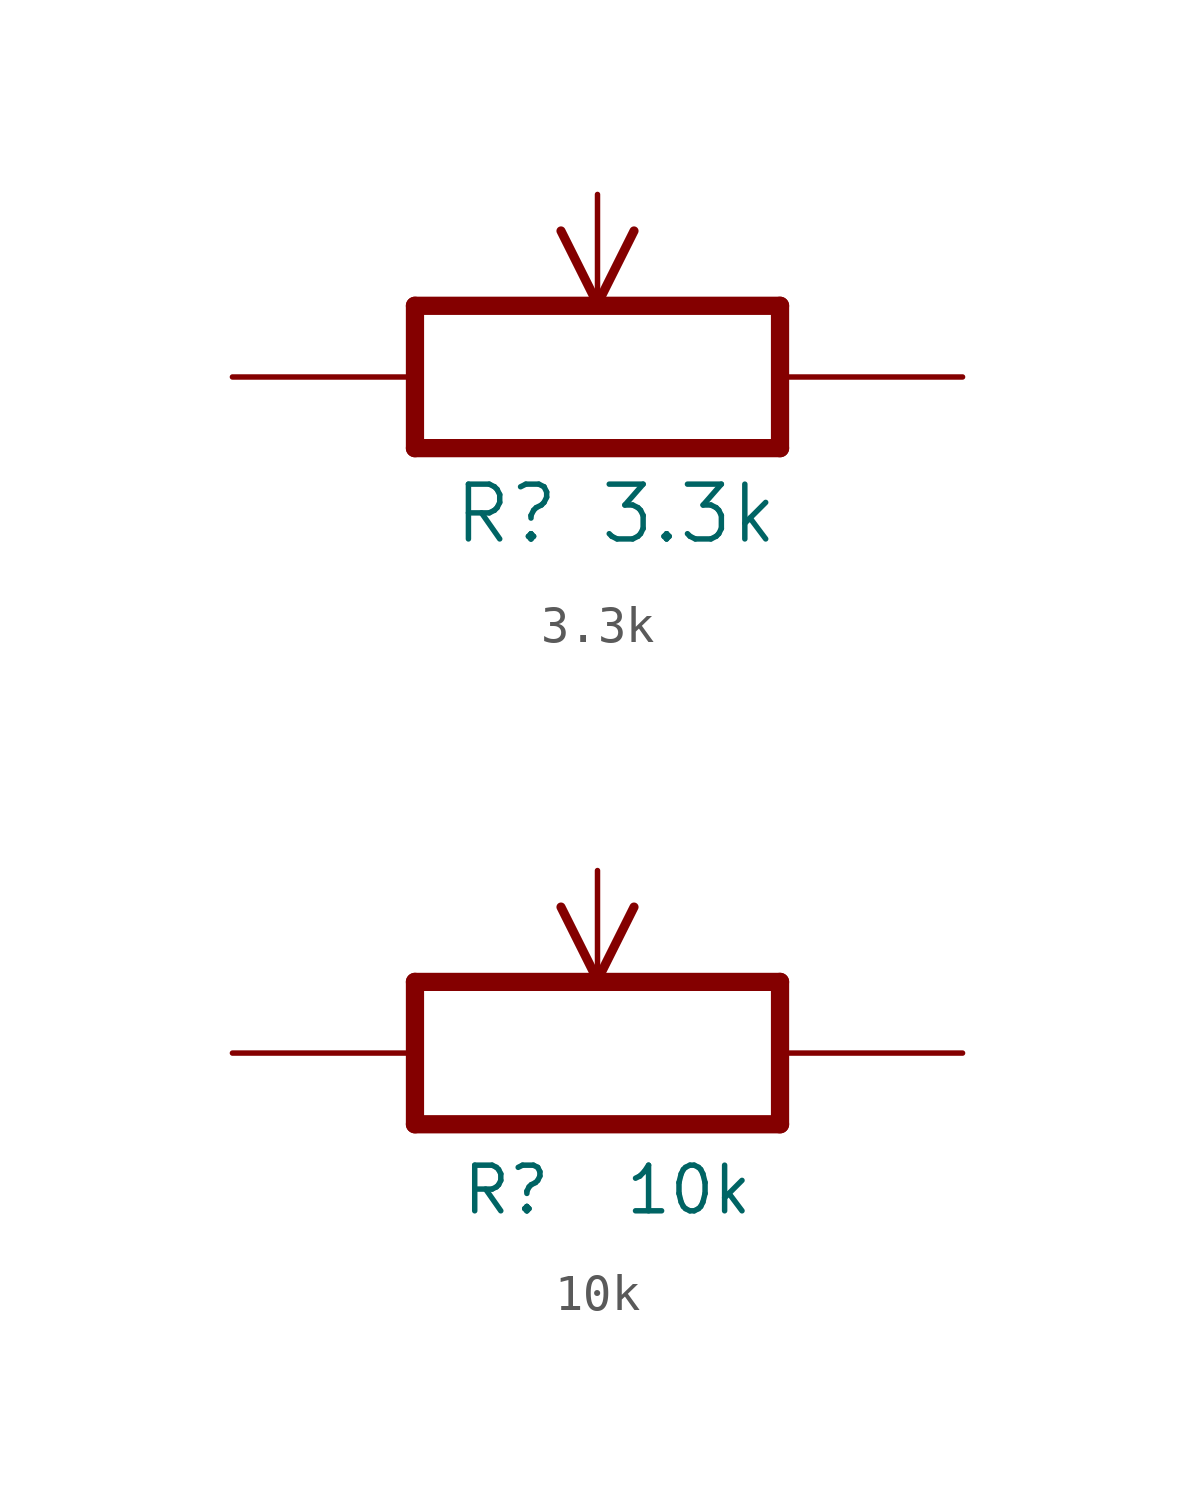
<source format=kicad_sym>
(kicad_symbol_lib
  (version 20211014)
  (generator kicad_symbol_editor)
  (symbol "3.3k"
    (pin_numbers hide)
    (pin_names
      (offset 1.016) hide)
    (property "Reference" "R"
      (at 7.62 -3.81 0)
      (effects (font (size 1.524 1.524))))
    (property "Value" "3.3k"
      (at 12.7 -3.81 0)
      (effects (font (size 1.524 1.524))))
    (symbol "3.3k_0_1"
      (polyline (pts (xy 10.16 2.032) (xy 9.144 4.064)) (stroke (width 0.254) (type default) (color 0 0 0 0)) (fill (type none)))
      (polyline (pts (xy 10.16 2.032) (xy 11.176 4.064)) (stroke (width 0.254) (type default) (color 0 0 0 0)) (fill (type none))))
    (symbol "3.3k_1_1"
      (polyline (pts (xy 5.08 -1.981) (xy 15.24 -1.981)) (stroke (width 0.508) (type default) (color 0 0 0 0)) (fill (type none)))
      (polyline (pts (xy 5.08 1.981) (xy 5.08 -1.981)) (stroke (width 0.508) (type default) (color 0 0 0 0)) (fill (type none)))
      (polyline (pts (xy 5.08 1.981) (xy 15.24 1.981)) (stroke (width 0.508) (type default) (color 0 0 0 0)) (fill (type none)))
      (polyline (pts (xy 15.24 1.981) (xy 15.24 -1.981)) (stroke (width 0.508) (type default) (color 0 0 0 0)) (fill (type none)))
      (pin passive line (at 0 0 0) (length 5.08) (name "CCW" (effects (font (size 1.27 1.27)))) (number "1" (effects (font (size 1.27 1.27)))))
      (pin passive line (at 10.16 5.08 270) (length 3.048) (name "W" (effects (font (size 1.27 1.27)))) (number "2" (effects (font (size 1.27 1.27)))))
      (pin passive line (at 20.32 0 180) (length 5.08) (name "CW" (effects (font (size 1.27 1.27)))) (number "3" (effects (font (size 1.27 1.27)))))))
  (symbol "10k"
    (pin_numbers hide)
    (pin_names
      (offset 1.016) hide)
    (property "Reference" "R"
      (at 7.62 -3.81 0)
      (effects (font (size 1.27 1.27))))
    (property "Value" "10k"
      (at 12.7 -3.81 0)
      (effects (font (size 1.27 1.27))))
    (symbol "10k_0_1"
      (polyline (pts (xy 10.16 2.032) (xy 9.144 4.064)) (stroke (width 0.254) (type default) (color 0 0 0 0)) (fill (type none)))
      (polyline (pts (xy 10.16 2.032) (xy 11.176 4.064)) (stroke (width 0.254) (type default) (color 0 0 0 0)) (fill (type none))))
    (symbol "10k_1_1"
      (polyline (pts (xy 5.08 -1.981) (xy 15.24 -1.981)) (stroke (width 0.508) (type default) (color 0 0 0 0)) (fill (type none)))
      (polyline (pts (xy 5.08 1.981) (xy 5.08 -1.981)) (stroke (width 0.508) (type default) (color 0 0 0 0)) (fill (type none)))
      (polyline (pts (xy 5.08 1.981) (xy 15.24 1.981)) (stroke (width 0.508) (type default) (color 0 0 0 0)) (fill (type none)))
      (polyline (pts (xy 15.24 1.981) (xy 15.24 -1.981)) (stroke (width 0.508) (type default) (color 0 0 0 0)) (fill (type none)))
      (pin passive line (at 0 0 0) (length 5.08) (name "CCW" (effects (font (size 1.27 1.27)))) (number "1" (effects (font (size 1.27 1.27)))))
      (pin passive line (at 10.16 5.08 270) (length 3.048) (name "W" (effects (font (size 1.27 1.27)))) (number "2" (effects (font (size 1.27 1.27)))))
      (pin passive line (at 20.32 0 180) (length 5.08) (name "CW" (effects (font (size 1.27 1.27)))) (number "3" (effects (font (size 1.27 1.27))))))))
</source>
